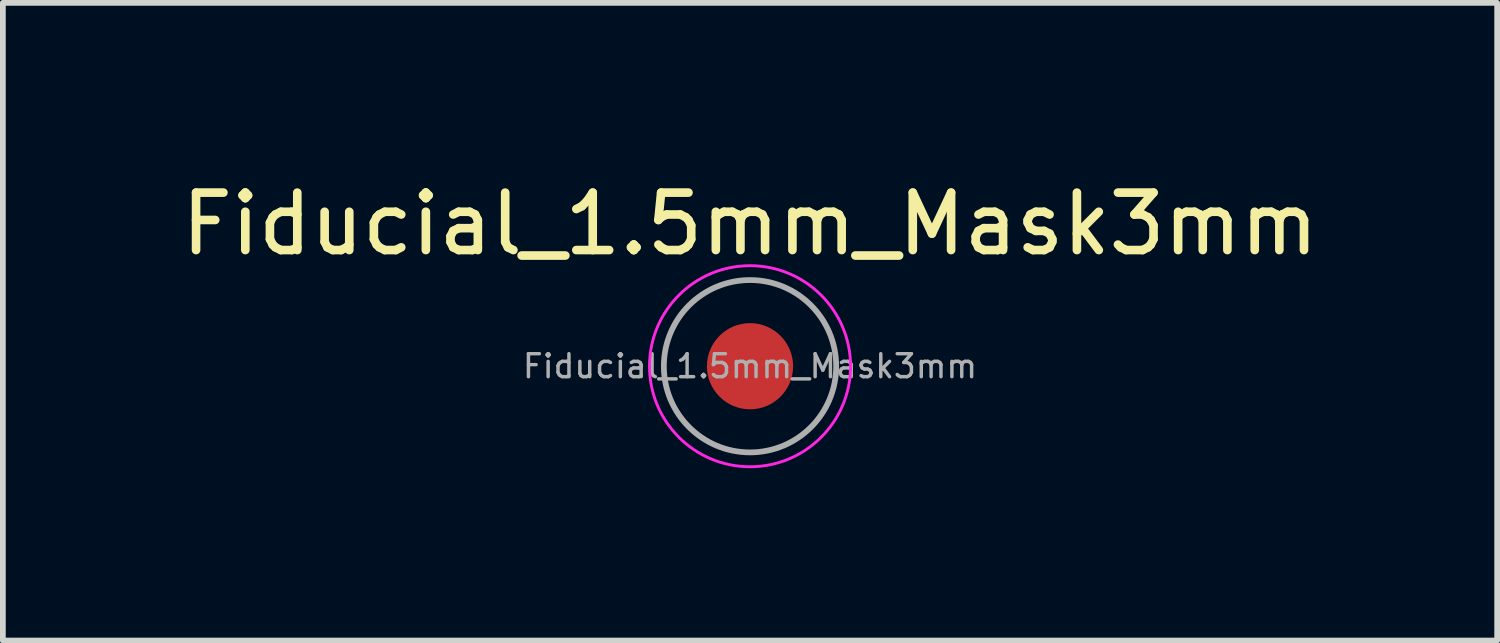
<source format=kicad_pcb>
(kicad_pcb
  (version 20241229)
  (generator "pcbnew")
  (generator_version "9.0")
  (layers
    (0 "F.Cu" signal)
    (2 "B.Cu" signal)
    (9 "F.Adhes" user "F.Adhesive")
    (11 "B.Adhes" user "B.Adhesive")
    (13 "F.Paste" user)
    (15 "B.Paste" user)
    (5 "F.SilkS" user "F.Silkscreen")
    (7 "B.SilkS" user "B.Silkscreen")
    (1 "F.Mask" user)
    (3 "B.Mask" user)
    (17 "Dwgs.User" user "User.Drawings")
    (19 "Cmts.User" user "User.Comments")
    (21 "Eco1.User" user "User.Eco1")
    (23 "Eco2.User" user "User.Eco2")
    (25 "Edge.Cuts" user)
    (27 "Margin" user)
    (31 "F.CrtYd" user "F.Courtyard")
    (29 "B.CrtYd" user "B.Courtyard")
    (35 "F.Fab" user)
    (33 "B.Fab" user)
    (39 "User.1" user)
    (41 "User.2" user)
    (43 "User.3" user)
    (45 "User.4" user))
  (footprint "Fiducial_1.5mm_Mask3mm"
    (layer "F.Cu")
    (at 10.006 3.325)
    (property "Reference" "Fiducial_1.5mm_Mask3mm" (at 0 -2.477 0) (layer "F.SilkS") (effects (font (size 1 1) (thickness 0.15))))
    (attr exclude_from_pos_files exclude_from_bom)
    (fp_circle (center 0 0) (end 1.75 0) (stroke (width 0.05) (type solid)) (fill no) (layer "F.CrtYd"))
    (fp_circle (center 0 0) (end 1.5 0) (stroke (width 0.1) (type solid)) (fill no) (layer "F.Fab"))
    (fp_text user "${REFERENCE}" (at 0 0 0) (layer "F.Fab") (effects (font (size 0.4 0.4) (thickness 0.06))))
    (pad "" smd circle (at 0 0) (size 1.5 1.5) (layers "F.Cu" "F.Mask")))
  (gr_rect
    (start -3 -3)
    (end 23.012 8.1)
    (stroke (width 0.1) (type default))
    (fill no)
    (layer "Edge.Cuts")))
</source>
